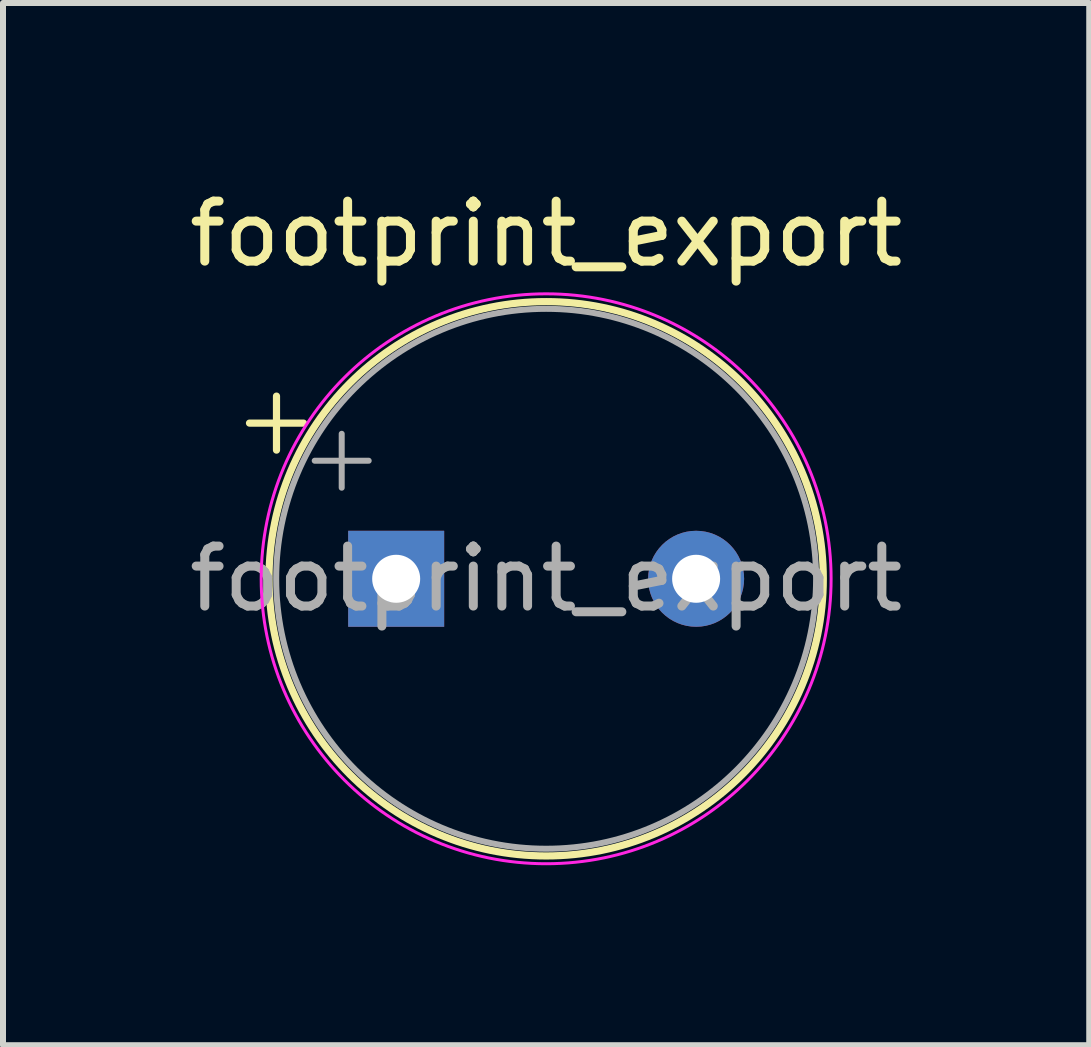
<source format=kicad_pcb>
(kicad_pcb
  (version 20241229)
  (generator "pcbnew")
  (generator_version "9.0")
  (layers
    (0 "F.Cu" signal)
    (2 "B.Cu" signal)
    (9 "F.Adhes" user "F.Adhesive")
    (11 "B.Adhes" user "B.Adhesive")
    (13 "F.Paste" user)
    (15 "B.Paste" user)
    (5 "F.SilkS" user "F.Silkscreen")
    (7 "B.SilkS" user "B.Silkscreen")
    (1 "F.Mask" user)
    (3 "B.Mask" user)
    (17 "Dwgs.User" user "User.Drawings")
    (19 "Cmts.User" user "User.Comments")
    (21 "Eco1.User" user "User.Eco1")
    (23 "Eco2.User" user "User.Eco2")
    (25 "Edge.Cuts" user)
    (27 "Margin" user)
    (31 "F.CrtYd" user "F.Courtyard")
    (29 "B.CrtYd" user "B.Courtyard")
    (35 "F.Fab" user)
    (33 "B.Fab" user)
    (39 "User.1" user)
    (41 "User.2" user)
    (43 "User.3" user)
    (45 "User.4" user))
  (footprint "footprint_export"
    (layer "F.Cu")
    (at 3.554 6.598)
    (property "Reference" "footprint_export" (at 2.5 -5.75 0) (layer "F.SilkS") (effects (font (size 1 1) (thickness 0.15))))
    (attr through_hole)
    (fp_line (start -2.445 -2.595) (end -1.545 -2.595) (stroke (width 0.12) (type solid)) (layer "F.SilkS"))
    (fp_line (start -1.995 -3.045) (end -1.995 -2.145) (stroke (width 0.12) (type solid)) (layer "F.SilkS"))
    (fp_circle (center 2.5 0) (end 7.12 0) (stroke (width 0.12) (type solid)) (fill no) (layer "F.SilkS"))
    (fp_circle (center 2.5 0) (end 7.25 0) (stroke (width 0.05) (type solid)) (fill no) (layer "F.CrtYd"))
    (fp_line (start -1.358 -1.968) (end -0.458 -1.968) (stroke (width 0.1) (type solid)) (layer "F.Fab"))
    (fp_line (start -0.908 -2.417) (end -0.908 -1.518) (stroke (width 0.1) (type solid)) (layer "F.Fab"))
    (fp_circle (center 2.5 0) (end 7 0) (stroke (width 0.1) (type solid)) (fill no) (layer "F.Fab"))
    (fp_text user "${REFERENCE}" (at 2.5 0 0) (layer "F.Fab") (effects (font (size 1 1) (thickness 0.15))))
    (pad "1" thru_hole rect (at 0 0) (size 1.6 1.6) (drill 0.8) (layers "*.Cu" "*.Mask"))
    (pad "2" thru_hole circle (at 5 0) (size 1.6 1.6) (drill 0.8) (layers "*.Cu" "*.Mask")))
  (gr_rect
    (start -3 -3)
    (end 15.107 14.373)
    (stroke (width 0.1) (type default))
    (fill no)
    (layer "Edge.Cuts")))
</source>
